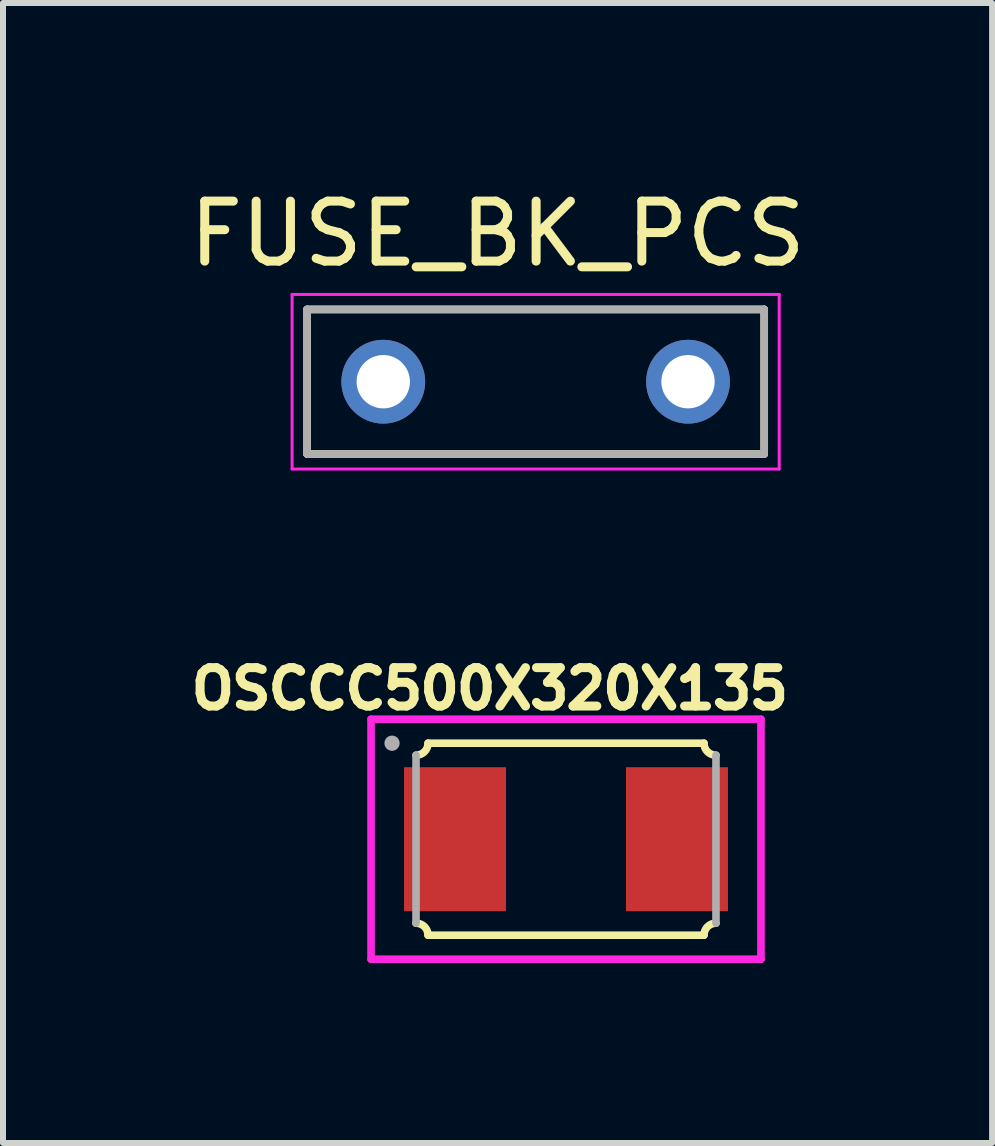
<source format=kicad_pcb>
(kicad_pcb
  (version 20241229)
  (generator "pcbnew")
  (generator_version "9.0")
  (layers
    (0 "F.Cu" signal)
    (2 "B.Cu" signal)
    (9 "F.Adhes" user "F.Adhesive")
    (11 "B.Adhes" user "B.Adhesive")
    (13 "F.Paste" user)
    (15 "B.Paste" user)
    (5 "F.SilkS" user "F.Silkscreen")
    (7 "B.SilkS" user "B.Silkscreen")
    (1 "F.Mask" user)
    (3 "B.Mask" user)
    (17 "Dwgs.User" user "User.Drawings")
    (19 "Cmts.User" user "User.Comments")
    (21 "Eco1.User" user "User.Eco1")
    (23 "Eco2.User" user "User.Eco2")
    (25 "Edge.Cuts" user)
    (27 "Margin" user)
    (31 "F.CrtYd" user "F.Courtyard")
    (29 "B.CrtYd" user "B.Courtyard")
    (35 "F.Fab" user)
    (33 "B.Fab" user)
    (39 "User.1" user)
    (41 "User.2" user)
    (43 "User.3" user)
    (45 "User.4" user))
  (footprint "OSCCC500X320X135"
    (layer "F.Cu")
    (at 6.385 10.939)
    (property "Reference" "OSCCC500X320X135" (at -1.269 -2.508 0) (layer "F.SilkS") (effects (font (size 0.64 0.64) (thickness 0.15))))
    (attr smd)
    (fp_line (start -2.3 -1.6) (end 2.3 -1.6) (stroke (width 0.127) (type solid)) (layer "F.SilkS"))
    (fp_line (start 2.3 1.6) (end -2.3 1.6) (stroke (width 0.127) (type solid)) (layer "F.SilkS"))
    (fp_arc (start -2.5 1.4) (mid -2.358579 1.458579) (end -2.3 1.6) (stroke (width 0.127) (type solid)) (layer "F.SilkS"))
    (fp_arc (start -2.3 -1.6) (mid -2.358579 -1.458579) (end -2.5 -1.4) (stroke (width 0.127) (type solid)) (layer "F.SilkS"))
    (fp_arc (start 2.3 1.6) (mid 2.358579 1.458579) (end 2.5 1.4) (stroke (width 0.127) (type solid)) (layer "F.SilkS"))
    (fp_arc (start 2.5 -1.4) (mid 2.358579 -1.458579) (end 2.3 -1.6) (stroke (width 0.127) (type solid)) (layer "F.SilkS"))
    (fp_line (start -3.25 -2) (end 3.25 -2) (stroke (width 0.127) (type solid)) (layer "F.CrtYd"))
    (fp_line (start -3.25 2) (end -3.25 -2) (stroke (width 0.127) (type solid)) (layer "F.CrtYd"))
    (fp_line (start 3.25 -2) (end 3.25 2) (stroke (width 0.127) (type solid)) (layer "F.CrtYd"))
    (fp_line (start 3.25 2) (end -3.25 2) (stroke (width 0.127) (type solid)) (layer "F.CrtYd"))
    (fp_line (start -2.5 -1.4) (end -2.5 1.4) (stroke (width 0.127) (type solid)) (layer "F.Fab"))
    (fp_line (start 2.5 -1.4) (end 2.5 1.4) (stroke (width 0.127) (type solid)) (layer "F.Fab"))
    (fp_circle (center -2.9 -1.6) (end -2.773 -1.6) (stroke (width 0) (type solid)) (fill yes) (layer "F.Fab"))
    (pad "1" smd rect (at -1.85 0) (size 1.7 2.4) (layers "F.Cu" "F.Mask" "F.Paste"))
    (pad "2" smd rect (at 1.85 0) (size 1.7 2.4) (layers "F.Cu" "F.Mask" "F.Paste")))
  (footprint "FUSE_BK_PCS"
    (layer "F.Cu")
    (at 5.879 3.313)
    (property "Reference" "FUSE_BK_PCS" (at -0.635 -2.465 0) (layer "F.SilkS") (effects (font (size 1 1) (thickness 0.15))))
    (attr through_hole)
    (fp_line (start -3.81 -1.205) (end 3.81 -1.205) (stroke (width 0.127) (type solid)) (layer "F.SilkS"))
    (fp_line (start -3.81 1.205) (end -3.81 -1.205) (stroke (width 0.127) (type solid)) (layer "F.SilkS"))
    (fp_line (start 3.81 -1.205) (end 3.81 1.205) (stroke (width 0.127) (type solid)) (layer "F.SilkS"))
    (fp_line (start 3.81 1.205) (end -3.81 1.205) (stroke (width 0.127) (type solid)) (layer "F.SilkS"))
    (fp_line (start -4.06 -1.455) (end 4.06 -1.455) (stroke (width 0.05) (type solid)) (layer "F.CrtYd"))
    (fp_line (start -4.06 1.455) (end -4.06 -1.455) (stroke (width 0.05) (type solid)) (layer "F.CrtYd"))
    (fp_line (start 4.06 -1.455) (end 4.06 1.455) (stroke (width 0.05) (type solid)) (layer "F.CrtYd"))
    (fp_line (start 4.06 1.455) (end -4.06 1.455) (stroke (width 0.05) (type solid)) (layer "F.CrtYd"))
    (fp_line (start -3.81 -1.205) (end 3.81 -1.205) (stroke (width 0.127) (type solid)) (layer "F.Fab"))
    (fp_line (start -3.81 1.205) (end -3.81 -1.205) (stroke (width 0.127) (type solid)) (layer "F.Fab"))
    (fp_line (start 3.81 -1.205) (end 3.81 1.205) (stroke (width 0.127) (type solid)) (layer "F.Fab"))
    (fp_line (start 3.81 1.205) (end -3.81 1.205) (stroke (width 0.127) (type solid)) (layer "F.Fab"))
    (pad "1" thru_hole circle (at -2.54 0) (size 1.397 1.397) (drill 0.889) (layers "*.Cu" "*.Mask"))
    (pad "2" thru_hole circle (at 2.54 0) (size 1.397 1.397) (drill 0.889) (layers "*.Cu" "*.Mask")))
  (gr_rect
    (start -3 -3)
    (end 13.488 16.003)
    (stroke (width 0.1) (type default))
    (fill no)
    (layer "Edge.Cuts")))
</source>
